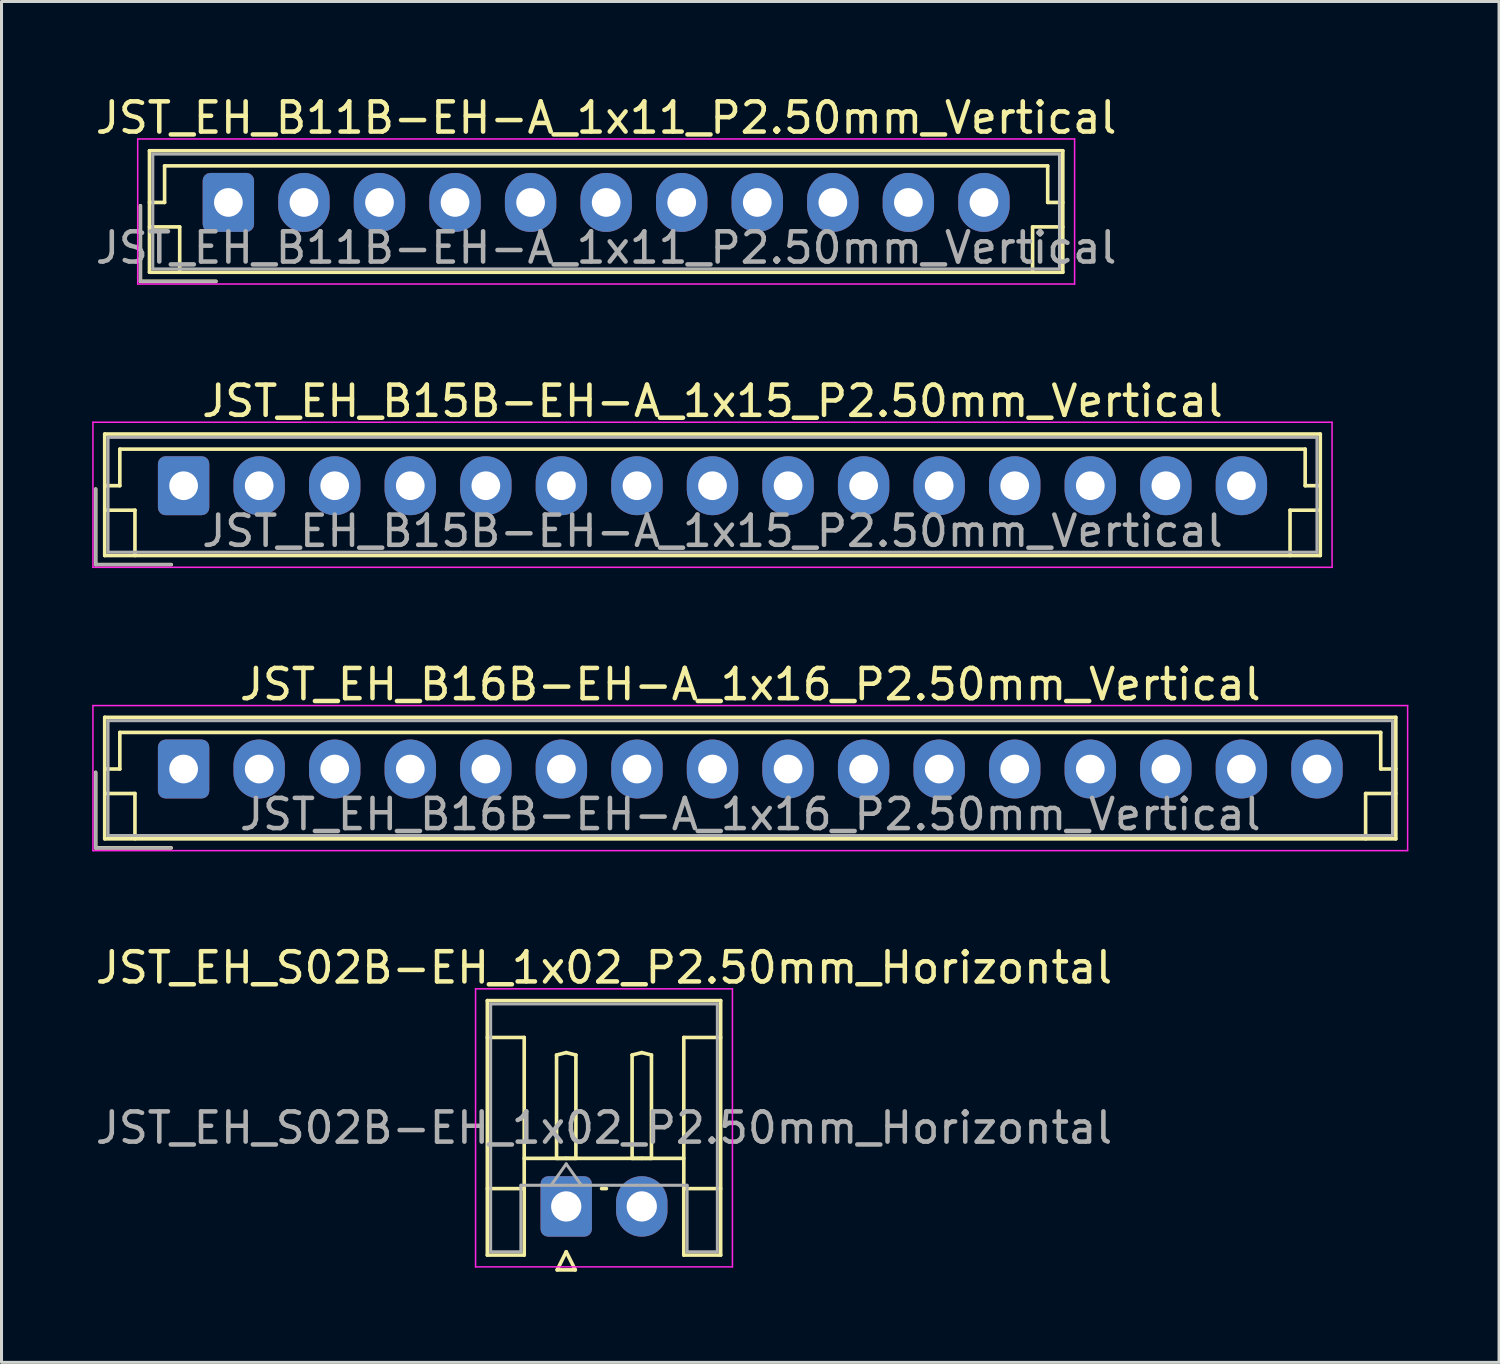
<source format=kicad_pcb>
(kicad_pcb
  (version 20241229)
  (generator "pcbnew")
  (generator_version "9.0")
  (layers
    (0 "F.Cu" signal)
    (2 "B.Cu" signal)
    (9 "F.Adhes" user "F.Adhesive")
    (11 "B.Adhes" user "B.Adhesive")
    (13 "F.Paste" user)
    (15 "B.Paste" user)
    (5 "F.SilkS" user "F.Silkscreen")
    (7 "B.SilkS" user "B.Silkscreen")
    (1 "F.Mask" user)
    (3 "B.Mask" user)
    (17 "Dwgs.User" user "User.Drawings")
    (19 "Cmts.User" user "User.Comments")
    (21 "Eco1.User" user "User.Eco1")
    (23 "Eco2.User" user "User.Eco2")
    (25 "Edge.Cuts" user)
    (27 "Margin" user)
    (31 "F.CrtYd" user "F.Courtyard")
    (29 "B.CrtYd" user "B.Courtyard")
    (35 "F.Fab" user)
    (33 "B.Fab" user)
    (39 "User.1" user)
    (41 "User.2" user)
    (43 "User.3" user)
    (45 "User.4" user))
  (footprint "JST_EH_B16B-EH-A_1x16_P2.50mm_Vertical"
    (layer "F.Cu")
    (at 3.025 22.395)
    (property "Reference" "JST_EH_B16B-EH-A_1x16_P2.50mm_Vertical" (at 18.75 -2.8 0) (layer "F.SilkS") (effects (font (size 1 1) (thickness 0.15))))
    (attr through_hole)
    (fp_line (start -2.91 0.11) (end -2.91 2.61) (stroke (width 0.12) (type solid)) (layer "F.SilkS"))
    (fp_line (start -2.91 2.61) (end -0.41 2.61) (stroke (width 0.12) (type solid)) (layer "F.SilkS"))
    (fp_line (start -2.61 -1.71) (end -2.61 2.31) (stroke (width 0.12) (type solid)) (layer "F.SilkS"))
    (fp_line (start -2.61 0) (end -2.11 0) (stroke (width 0.12) (type solid)) (layer "F.SilkS"))
    (fp_line (start -2.61 0.81) (end -1.61 0.81) (stroke (width 0.12) (type solid)) (layer "F.SilkS"))
    (fp_line (start -2.61 2.31) (end 40.11 2.31) (stroke (width 0.12) (type solid)) (layer "F.SilkS"))
    (fp_line (start -2.11 -1.21) (end 39.61 -1.21) (stroke (width 0.12) (type solid)) (layer "F.SilkS"))
    (fp_line (start -2.11 0) (end -2.11 -1.21) (stroke (width 0.12) (type solid)) (layer "F.SilkS"))
    (fp_line (start -1.61 0.81) (end -1.61 2.31) (stroke (width 0.12) (type solid)) (layer "F.SilkS"))
    (fp_line (start 39.11 0.81) (end 39.11 2.31) (stroke (width 0.12) (type solid)) (layer "F.SilkS"))
    (fp_line (start 39.61 -1.21) (end 39.61 0) (stroke (width 0.12) (type solid)) (layer "F.SilkS"))
    (fp_line (start 39.61 0) (end 40.11 0) (stroke (width 0.12) (type solid)) (layer "F.SilkS"))
    (fp_line (start 40.11 -1.71) (end -2.61 -1.71) (stroke (width 0.12) (type solid)) (layer "F.SilkS"))
    (fp_line (start 40.11 0.81) (end 39.11 0.81) (stroke (width 0.12) (type solid)) (layer "F.SilkS"))
    (fp_line (start 40.11 2.31) (end 40.11 -1.71) (stroke (width 0.12) (type solid)) (layer "F.SilkS"))
    (fp_line (start -3 -2.1) (end -3 2.7) (stroke (width 0.05) (type solid)) (layer "F.CrtYd"))
    (fp_line (start -3 2.7) (end 40.5 2.7) (stroke (width 0.05) (type solid)) (layer "F.CrtYd"))
    (fp_line (start 40.5 -2.1) (end -3 -2.1) (stroke (width 0.05) (type solid)) (layer "F.CrtYd"))
    (fp_line (start 40.5 2.7) (end 40.5 -2.1) (stroke (width 0.05) (type solid)) (layer "F.CrtYd"))
    (fp_line (start -2.91 0.11) (end -2.91 2.61) (stroke (width 0.1) (type solid)) (layer "F.Fab"))
    (fp_line (start -2.91 2.61) (end -0.41 2.61) (stroke (width 0.1) (type solid)) (layer "F.Fab"))
    (fp_line (start -2.5 -1.6) (end -2.5 2.2) (stroke (width 0.1) (type solid)) (layer "F.Fab"))
    (fp_line (start -2.5 2.2) (end 40 2.2) (stroke (width 0.1) (type solid)) (layer "F.Fab"))
    (fp_line (start 40 -1.6) (end -2.5 -1.6) (stroke (width 0.1) (type solid)) (layer "F.Fab"))
    (fp_line (start 40 2.2) (end 40 -1.6) (stroke (width 0.1) (type solid)) (layer "F.Fab"))
    (fp_text user "${REFERENCE}" (at 18.75 1.5 0) (layer "F.Fab") (effects (font (size 1 1) (thickness 0.15))))
    (pad "1" thru_hole roundrect (at 0 0) (size 1.7 1.95) (drill 0.95) (layers "*.Cu" "*.Mask") (roundrect_rratio 0.147))
    (pad "2" thru_hole oval (at 2.5 0) (size 1.7 1.95) (drill 0.95) (layers "*.Cu" "*.Mask"))
    (pad "3" thru_hole oval (at 5 0) (size 1.7 1.95) (drill 0.95) (layers "*.Cu" "*.Mask"))
    (pad "4" thru_hole oval (at 7.5 0) (size 1.7 1.95) (drill 0.95) (layers "*.Cu" "*.Mask"))
    (pad "5" thru_hole oval (at 10 0) (size 1.7 1.95) (drill 0.95) (layers "*.Cu" "*.Mask"))
    (pad "6" thru_hole oval (at 12.5 0) (size 1.7 1.95) (drill 0.95) (layers "*.Cu" "*.Mask"))
    (pad "7" thru_hole oval (at 15 0) (size 1.7 1.95) (drill 0.95) (layers "*.Cu" "*.Mask"))
    (pad "8" thru_hole oval (at 17.5 0) (size 1.7 1.95) (drill 0.95) (layers "*.Cu" "*.Mask"))
    (pad "9" thru_hole oval (at 20 0) (size 1.7 1.95) (drill 0.95) (layers "*.Cu" "*.Mask"))
    (pad "10" thru_hole oval (at 22.5 0) (size 1.7 1.95) (drill 0.95) (layers "*.Cu" "*.Mask"))
    (pad "11" thru_hole oval (at 25 0) (size 1.7 1.95) (drill 0.95) (layers "*.Cu" "*.Mask"))
    (pad "12" thru_hole oval (at 27.5 0) (size 1.7 1.95) (drill 0.95) (layers "*.Cu" "*.Mask"))
    (pad "13" thru_hole oval (at 30 0) (size 1.7 1.95) (drill 0.95) (layers "*.Cu" "*.Mask"))
    (pad "14" thru_hole oval (at 32.5 0) (size 1.7 1.95) (drill 0.95) (layers "*.Cu" "*.Mask"))
    (pad "15" thru_hole oval (at 35 0) (size 1.7 1.95) (drill 0.95) (layers "*.Cu" "*.Mask"))
    (pad "16" thru_hole oval (at 37.5 0) (size 1.7 1.95) (drill 0.95) (layers "*.Cu" "*.Mask")))
  (footprint "JST_EH_B15B-EH-A_1x15_P2.50mm_Vertical"
    (layer "F.Cu")
    (at 3.025 13.021)
    (property "Reference" "JST_EH_B15B-EH-A_1x15_P2.50mm_Vertical" (at 17.5 -2.8 0) (layer "F.SilkS") (effects (font (size 1 1) (thickness 0.15))))
    (attr through_hole)
    (fp_line (start -2.91 0.11) (end -2.91 2.61) (stroke (width 0.12) (type solid)) (layer "F.SilkS"))
    (fp_line (start -2.91 2.61) (end -0.41 2.61) (stroke (width 0.12) (type solid)) (layer "F.SilkS"))
    (fp_line (start -2.61 -1.71) (end -2.61 2.31) (stroke (width 0.12) (type solid)) (layer "F.SilkS"))
    (fp_line (start -2.61 0) (end -2.11 0) (stroke (width 0.12) (type solid)) (layer "F.SilkS"))
    (fp_line (start -2.61 0.81) (end -1.61 0.81) (stroke (width 0.12) (type solid)) (layer "F.SilkS"))
    (fp_line (start -2.61 2.31) (end 37.61 2.31) (stroke (width 0.12) (type solid)) (layer "F.SilkS"))
    (fp_line (start -2.11 -1.21) (end 37.11 -1.21) (stroke (width 0.12) (type solid)) (layer "F.SilkS"))
    (fp_line (start -2.11 0) (end -2.11 -1.21) (stroke (width 0.12) (type solid)) (layer "F.SilkS"))
    (fp_line (start -1.61 0.81) (end -1.61 2.31) (stroke (width 0.12) (type solid)) (layer "F.SilkS"))
    (fp_line (start 36.61 0.81) (end 36.61 2.31) (stroke (width 0.12) (type solid)) (layer "F.SilkS"))
    (fp_line (start 37.11 -1.21) (end 37.11 0) (stroke (width 0.12) (type solid)) (layer "F.SilkS"))
    (fp_line (start 37.11 0) (end 37.61 0) (stroke (width 0.12) (type solid)) (layer "F.SilkS"))
    (fp_line (start 37.61 -1.71) (end -2.61 -1.71) (stroke (width 0.12) (type solid)) (layer "F.SilkS"))
    (fp_line (start 37.61 0.81) (end 36.61 0.81) (stroke (width 0.12) (type solid)) (layer "F.SilkS"))
    (fp_line (start 37.61 2.31) (end 37.61 -1.71) (stroke (width 0.12) (type solid)) (layer "F.SilkS"))
    (fp_line (start -3 -2.1) (end -3 2.7) (stroke (width 0.05) (type solid)) (layer "F.CrtYd"))
    (fp_line (start -3 2.7) (end 38 2.7) (stroke (width 0.05) (type solid)) (layer "F.CrtYd"))
    (fp_line (start 38 -2.1) (end -3 -2.1) (stroke (width 0.05) (type solid)) (layer "F.CrtYd"))
    (fp_line (start 38 2.7) (end 38 -2.1) (stroke (width 0.05) (type solid)) (layer "F.CrtYd"))
    (fp_line (start -2.91 0.11) (end -2.91 2.61) (stroke (width 0.1) (type solid)) (layer "F.Fab"))
    (fp_line (start -2.91 2.61) (end -0.41 2.61) (stroke (width 0.1) (type solid)) (layer "F.Fab"))
    (fp_line (start -2.5 -1.6) (end -2.5 2.2) (stroke (width 0.1) (type solid)) (layer "F.Fab"))
    (fp_line (start -2.5 2.2) (end 37.5 2.2) (stroke (width 0.1) (type solid)) (layer "F.Fab"))
    (fp_line (start 37.5 -1.6) (end -2.5 -1.6) (stroke (width 0.1) (type solid)) (layer "F.Fab"))
    (fp_line (start 37.5 2.2) (end 37.5 -1.6) (stroke (width 0.1) (type solid)) (layer "F.Fab"))
    (fp_text user "${REFERENCE}" (at 17.5 1.5 0) (layer "F.Fab") (effects (font (size 1 1) (thickness 0.15))))
    (pad "1" thru_hole roundrect (at 0 0) (size 1.7 1.95) (drill 0.95) (layers "*.Cu" "*.Mask") (roundrect_rratio 0.147))
    (pad "2" thru_hole oval (at 2.5 0) (size 1.7 1.95) (drill 0.95) (layers "*.Cu" "*.Mask"))
    (pad "3" thru_hole oval (at 5 0) (size 1.7 1.95) (drill 0.95) (layers "*.Cu" "*.Mask"))
    (pad "4" thru_hole oval (at 7.5 0) (size 1.7 1.95) (drill 0.95) (layers "*.Cu" "*.Mask"))
    (pad "5" thru_hole oval (at 10 0) (size 1.7 1.95) (drill 0.95) (layers "*.Cu" "*.Mask"))
    (pad "6" thru_hole oval (at 12.5 0) (size 1.7 1.95) (drill 0.95) (layers "*.Cu" "*.Mask"))
    (pad "7" thru_hole oval (at 15 0) (size 1.7 1.95) (drill 0.95) (layers "*.Cu" "*.Mask"))
    (pad "8" thru_hole oval (at 17.5 0) (size 1.7 1.95) (drill 0.95) (layers "*.Cu" "*.Mask"))
    (pad "9" thru_hole oval (at 20 0) (size 1.7 1.95) (drill 0.95) (layers "*.Cu" "*.Mask"))
    (pad "10" thru_hole oval (at 22.5 0) (size 1.7 1.95) (drill 0.95) (layers "*.Cu" "*.Mask"))
    (pad "11" thru_hole oval (at 25 0) (size 1.7 1.95) (drill 0.95) (layers "*.Cu" "*.Mask"))
    (pad "12" thru_hole oval (at 27.5 0) (size 1.7 1.95) (drill 0.95) (layers "*.Cu" "*.Mask"))
    (pad "13" thru_hole oval (at 30 0) (size 1.7 1.95) (drill 0.95) (layers "*.Cu" "*.Mask"))
    (pad "14" thru_hole oval (at 32.5 0) (size 1.7 1.95) (drill 0.95) (layers "*.Cu" "*.Mask"))
    (pad "15" thru_hole oval (at 35 0) (size 1.7 1.95) (drill 0.95) (layers "*.Cu" "*.Mask")))
  (footprint "JST_EH_B11B-EH-A_1x11_P2.50mm_Vertical"
    (layer "F.Cu")
    (at 4.506 3.648)
    (property "Reference" "JST_EH_B11B-EH-A_1x11_P2.50mm_Vertical" (at 12.5 -2.8 0) (layer "F.SilkS") (effects (font (size 1 1) (thickness 0.15))))
    (attr through_hole)
    (fp_line (start -2.91 0.11) (end -2.91 2.61) (stroke (width 0.12) (type solid)) (layer "F.SilkS"))
    (fp_line (start -2.91 2.61) (end -0.41 2.61) (stroke (width 0.12) (type solid)) (layer "F.SilkS"))
    (fp_line (start -2.61 -1.71) (end -2.61 2.31) (stroke (width 0.12) (type solid)) (layer "F.SilkS"))
    (fp_line (start -2.61 0) (end -2.11 0) (stroke (width 0.12) (type solid)) (layer "F.SilkS"))
    (fp_line (start -2.61 0.81) (end -1.61 0.81) (stroke (width 0.12) (type solid)) (layer "F.SilkS"))
    (fp_line (start -2.61 2.31) (end 27.61 2.31) (stroke (width 0.12) (type solid)) (layer "F.SilkS"))
    (fp_line (start -2.11 -1.21) (end 27.11 -1.21) (stroke (width 0.12) (type solid)) (layer "F.SilkS"))
    (fp_line (start -2.11 0) (end -2.11 -1.21) (stroke (width 0.12) (type solid)) (layer "F.SilkS"))
    (fp_line (start -1.61 0.81) (end -1.61 2.31) (stroke (width 0.12) (type solid)) (layer "F.SilkS"))
    (fp_line (start 26.61 0.81) (end 26.61 2.31) (stroke (width 0.12) (type solid)) (layer "F.SilkS"))
    (fp_line (start 27.11 -1.21) (end 27.11 0) (stroke (width 0.12) (type solid)) (layer "F.SilkS"))
    (fp_line (start 27.11 0) (end 27.61 0) (stroke (width 0.12) (type solid)) (layer "F.SilkS"))
    (fp_line (start 27.61 -1.71) (end -2.61 -1.71) (stroke (width 0.12) (type solid)) (layer "F.SilkS"))
    (fp_line (start 27.61 0.81) (end 26.61 0.81) (stroke (width 0.12) (type solid)) (layer "F.SilkS"))
    (fp_line (start 27.61 2.31) (end 27.61 -1.71) (stroke (width 0.12) (type solid)) (layer "F.SilkS"))
    (fp_line (start -3 -2.1) (end -3 2.7) (stroke (width 0.05) (type solid)) (layer "F.CrtYd"))
    (fp_line (start -3 2.7) (end 28 2.7) (stroke (width 0.05) (type solid)) (layer "F.CrtYd"))
    (fp_line (start 28 -2.1) (end -3 -2.1) (stroke (width 0.05) (type solid)) (layer "F.CrtYd"))
    (fp_line (start 28 2.7) (end 28 -2.1) (stroke (width 0.05) (type solid)) (layer "F.CrtYd"))
    (fp_line (start -2.91 0.11) (end -2.91 2.61) (stroke (width 0.1) (type solid)) (layer "F.Fab"))
    (fp_line (start -2.91 2.61) (end -0.41 2.61) (stroke (width 0.1) (type solid)) (layer "F.Fab"))
    (fp_line (start -2.5 -1.6) (end -2.5 2.2) (stroke (width 0.1) (type solid)) (layer "F.Fab"))
    (fp_line (start -2.5 2.2) (end 27.5 2.2) (stroke (width 0.1) (type solid)) (layer "F.Fab"))
    (fp_line (start 27.5 -1.6) (end -2.5 -1.6) (stroke (width 0.1) (type solid)) (layer "F.Fab"))
    (fp_line (start 27.5 2.2) (end 27.5 -1.6) (stroke (width 0.1) (type solid)) (layer "F.Fab"))
    (fp_text user "${REFERENCE}" (at 12.5 1.5 0) (layer "F.Fab") (effects (font (size 1 1) (thickness 0.15))))
    (pad "1" thru_hole roundrect (at 0 0) (size 1.7 1.95) (drill 0.95) (layers "*.Cu" "*.Mask") (roundrect_rratio 0.147))
    (pad "2" thru_hole oval (at 2.5 0) (size 1.7 1.95) (drill 0.95) (layers "*.Cu" "*.Mask"))
    (pad "3" thru_hole oval (at 5 0) (size 1.7 1.95) (drill 0.95) (layers "*.Cu" "*.Mask"))
    (pad "4" thru_hole oval (at 7.5 0) (size 1.7 1.95) (drill 0.95) (layers "*.Cu" "*.Mask"))
    (pad "5" thru_hole oval (at 10 0) (size 1.7 1.95) (drill 0.95) (layers "*.Cu" "*.Mask"))
    (pad "6" thru_hole oval (at 12.5 0) (size 1.7 1.95) (drill 0.95) (layers "*.Cu" "*.Mask"))
    (pad "7" thru_hole oval (at 15 0) (size 1.7 1.95) (drill 0.95) (layers "*.Cu" "*.Mask"))
    (pad "8" thru_hole oval (at 17.5 0) (size 1.7 1.95) (drill 0.95) (layers "*.Cu" "*.Mask"))
    (pad "9" thru_hole oval (at 20 0) (size 1.7 1.95) (drill 0.95) (layers "*.Cu" "*.Mask"))
    (pad "10" thru_hole oval (at 22.5 0) (size 1.7 1.95) (drill 0.95) (layers "*.Cu" "*.Mask"))
    (pad "11" thru_hole oval (at 25 0) (size 1.7 1.95) (drill 0.95) (layers "*.Cu" "*.Mask")))
  (footprint "JST_EH_S02B-EH_1x02_P2.50mm_Horizontal"
    (layer "F.Cu")
    (at 15.685 36.868)
    (property "Reference" "JST_EH_S02B-EH_1x02_P2.50mm_Horizontal" (at 1.25 -7.9 0) (layer "F.SilkS") (effects (font (size 1 1) (thickness 0.15))))
    (attr through_hole)
    (fp_line (start -2.61 -6.81) (end 5.11 -6.81) (stroke (width 0.12) (type solid)) (layer "F.SilkS"))
    (fp_line (start -2.61 -5.59) (end -1.39 -5.59) (stroke (width 0.12) (type solid)) (layer "F.SilkS"))
    (fp_line (start -2.61 1.61) (end -2.61 -6.81) (stroke (width 0.12) (type solid)) (layer "F.SilkS"))
    (fp_line (start -1.39 -5.59) (end -1.39 -0.59) (stroke (width 0.12) (type solid)) (layer "F.SilkS"))
    (fp_line (start -1.39 -1.59) (end 3.89 -1.59) (stroke (width 0.12) (type solid)) (layer "F.SilkS"))
    (fp_line (start -1.39 -0.59) (end -2.61 -0.59) (stroke (width 0.12) (type solid)) (layer "F.SilkS"))
    (fp_line (start -1.39 -0.59) (end -1.39 1.61) (stroke (width 0.12) (type solid)) (layer "F.SilkS"))
    (fp_line (start -1.39 1.61) (end -2.61 1.61) (stroke (width 0.12) (type solid)) (layer "F.SilkS"))
    (fp_line (start -0.32 -5.01) (end 0 -5.09) (stroke (width 0.12) (type solid)) (layer "F.SilkS"))
    (fp_line (start -0.32 -1.59) (end -0.32 -5.01) (stroke (width 0.12) (type solid)) (layer "F.SilkS"))
    (fp_line (start -0.3 2.1) (end 0.3 2.1) (stroke (width 0.12) (type solid)) (layer "F.SilkS"))
    (fp_line (start 0 -5.09) (end 0.32 -5.01) (stroke (width 0.12) (type solid)) (layer "F.SilkS"))
    (fp_line (start 0 -1.59) (end -0.32 -1.59) (stroke (width 0.12) (type solid)) (layer "F.SilkS"))
    (fp_line (start 0 1.5) (end -0.3 2.1) (stroke (width 0.12) (type solid)) (layer "F.SilkS"))
    (fp_line (start 0.3 2.1) (end 0 1.5) (stroke (width 0.12) (type solid)) (layer "F.SilkS"))
    (fp_line (start 0.32 -5.01) (end 0.32 -1.59) (stroke (width 0.12) (type solid)) (layer "F.SilkS"))
    (fp_line (start 0.32 -1.59) (end 0 -1.59) (stroke (width 0.12) (type solid)) (layer "F.SilkS"))
    (fp_line (start 1.17 -0.59) (end 1.33 -0.59) (stroke (width 0.12) (type solid)) (layer "F.SilkS"))
    (fp_line (start 2.18 -5.01) (end 2.5 -5.09) (stroke (width 0.12) (type solid)) (layer "F.SilkS"))
    (fp_line (start 2.18 -1.59) (end 2.18 -5.01) (stroke (width 0.12) (type solid)) (layer "F.SilkS"))
    (fp_line (start 2.5 -5.09) (end 2.82 -5.01) (stroke (width 0.12) (type solid)) (layer "F.SilkS"))
    (fp_line (start 2.5 -1.59) (end 2.18 -1.59) (stroke (width 0.12) (type solid)) (layer "F.SilkS"))
    (fp_line (start 2.82 -5.01) (end 2.82 -1.59) (stroke (width 0.12) (type solid)) (layer "F.SilkS"))
    (fp_line (start 2.82 -1.59) (end 2.5 -1.59) (stroke (width 0.12) (type solid)) (layer "F.SilkS"))
    (fp_line (start 3.89 -5.59) (end 3.89 -0.59) (stroke (width 0.12) (type solid)) (layer "F.SilkS"))
    (fp_line (start 3.89 -0.59) (end 5.11 -0.59) (stroke (width 0.12) (type solid)) (layer "F.SilkS"))
    (fp_line (start 3.89 1.61) (end 3.89 -0.59) (stroke (width 0.12) (type solid)) (layer "F.SilkS"))
    (fp_line (start 5.11 -6.81) (end 5.11 1.61) (stroke (width 0.12) (type solid)) (layer "F.SilkS"))
    (fp_line (start 5.11 -5.59) (end 3.89 -5.59) (stroke (width 0.12) (type solid)) (layer "F.SilkS"))
    (fp_line (start 5.11 1.61) (end 3.89 1.61) (stroke (width 0.12) (type solid)) (layer "F.SilkS"))
    (fp_line (start -3 -7.2) (end -3 2) (stroke (width 0.05) (type solid)) (layer "F.CrtYd"))
    (fp_line (start -3 2) (end 5.5 2) (stroke (width 0.05) (type solid)) (layer "F.CrtYd"))
    (fp_line (start 5.5 -7.2) (end -3 -7.2) (stroke (width 0.05) (type solid)) (layer "F.CrtYd"))
    (fp_line (start 5.5 2) (end 5.5 -7.2) (stroke (width 0.05) (type solid)) (layer "F.CrtYd"))
    (fp_line (start -2.5 -6.7) (end 5 -6.7) (stroke (width 0.1) (type solid)) (layer "F.Fab"))
    (fp_line (start -2.5 1.5) (end -2.5 -6.7) (stroke (width 0.1) (type solid)) (layer "F.Fab"))
    (fp_line (start -1.5 -0.7) (end -1.5 1.5) (stroke (width 0.1) (type solid)) (layer "F.Fab"))
    (fp_line (start -1.5 1.5) (end -2.5 1.5) (stroke (width 0.1) (type solid)) (layer "F.Fab"))
    (fp_line (start -0.5 -0.7) (end 0 -1.407) (stroke (width 0.1) (type solid)) (layer "F.Fab"))
    (fp_line (start 0 -1.407) (end 0.5 -0.7) (stroke (width 0.1) (type solid)) (layer "F.Fab"))
    (fp_line (start 4 -0.7) (end -1.5 -0.7) (stroke (width 0.1) (type solid)) (layer "F.Fab"))
    (fp_line (start 4 1.5) (end 4 -0.7) (stroke (width 0.1) (type solid)) (layer "F.Fab"))
    (fp_line (start 5 -6.7) (end 5 1.5) (stroke (width 0.1) (type solid)) (layer "F.Fab"))
    (fp_line (start 5 1.5) (end 4 1.5) (stroke (width 0.1) (type solid)) (layer "F.Fab"))
    (fp_text user "${REFERENCE}" (at 1.25 -2.6 0) (layer "F.Fab") (effects (font (size 1 1) (thickness 0.15))))
    (pad "1" thru_hole roundrect (at 0 0) (size 1.7 2) (drill 1) (layers "*.Cu" "*.Mask") (roundrect_rratio 0.147))
    (pad "2" thru_hole oval (at 2.5 0) (size 1.7 2) (drill 1) (layers "*.Cu" "*.Mask")))
  (gr_rect
    (start -3 -3)
    (end 46.55 42.028)
    (stroke (width 0.1) (type default))
    (fill no)
    (layer "Edge.Cuts")))
</source>
